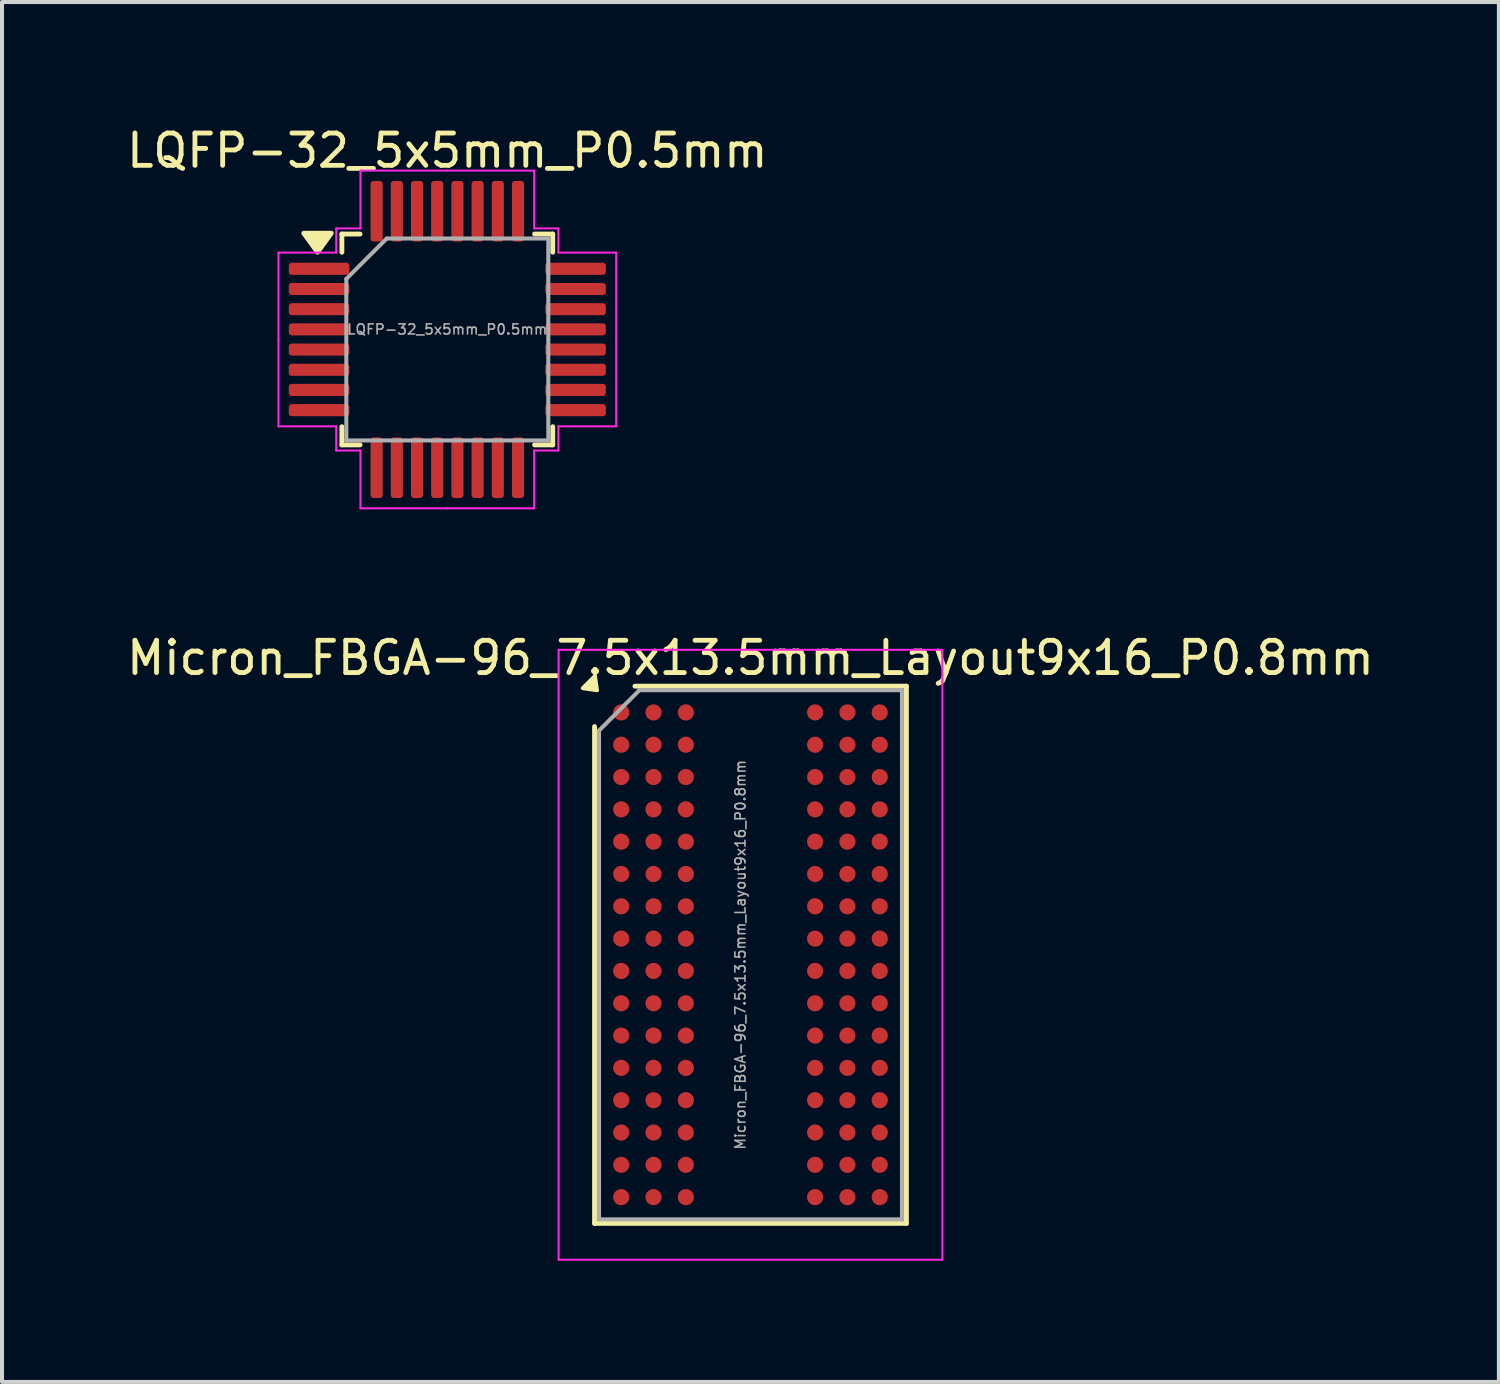
<source format=kicad_pcb>
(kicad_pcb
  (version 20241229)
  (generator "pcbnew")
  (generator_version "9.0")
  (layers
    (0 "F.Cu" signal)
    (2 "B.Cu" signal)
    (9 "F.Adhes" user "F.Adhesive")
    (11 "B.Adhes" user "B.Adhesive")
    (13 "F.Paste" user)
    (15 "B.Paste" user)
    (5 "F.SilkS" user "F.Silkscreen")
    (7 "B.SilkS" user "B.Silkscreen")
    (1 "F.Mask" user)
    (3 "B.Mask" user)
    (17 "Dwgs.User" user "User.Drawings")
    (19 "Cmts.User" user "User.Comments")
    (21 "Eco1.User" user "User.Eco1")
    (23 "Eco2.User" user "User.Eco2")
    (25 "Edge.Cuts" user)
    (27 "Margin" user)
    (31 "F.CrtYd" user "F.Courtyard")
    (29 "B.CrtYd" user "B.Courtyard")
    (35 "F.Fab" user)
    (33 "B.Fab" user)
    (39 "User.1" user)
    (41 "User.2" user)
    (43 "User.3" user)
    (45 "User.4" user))
  (footprint "LQFP-32_5x5mm_P0.5mm"
    (layer "F.Cu")
    (at 8.024 5.354)
    (property "Reference" "LQFP-32_5x5mm_P0.5mm" (at 0 -4.675 0) (layer "F.SilkS") (effects (font (size 0.8 0.8) (thickness 0.12))))
    (attr smd)
    (fp_line (start -2.61 -2.61) (end -2.61 -2.16) (stroke (width 0.12) (type solid)) (layer "F.SilkS"))
    (fp_line (start -2.61 2.61) (end -2.61 2.16) (stroke (width 0.12) (type solid)) (layer "F.SilkS"))
    (fp_line (start -2.16 -2.61) (end -2.61 -2.61) (stroke (width 0.12) (type solid)) (layer "F.SilkS"))
    (fp_line (start -2.16 2.61) (end -2.61 2.61) (stroke (width 0.12) (type solid)) (layer "F.SilkS"))
    (fp_line (start 2.16 -2.61) (end 2.61 -2.61) (stroke (width 0.12) (type solid)) (layer "F.SilkS"))
    (fp_line (start 2.16 2.61) (end 2.61 2.61) (stroke (width 0.12) (type solid)) (layer "F.SilkS"))
    (fp_line (start 2.61 -2.61) (end 2.61 -2.16) (stroke (width 0.12) (type solid)) (layer "F.SilkS"))
    (fp_line (start 2.61 2.61) (end 2.61 2.16) (stroke (width 0.12) (type solid)) (layer "F.SilkS"))
    (fp_poly (pts (xy -3.212 -2.16) (xy -3.553 -2.63) (xy -2.873 -2.63) (xy -3.212 -2.16)) (stroke (width 0.12) (type solid)) (fill yes) (layer "F.SilkS"))
    (fp_line (start -4.18 -2.15) (end -4.18 0) (stroke (width 0.05) (type solid)) (layer "F.CrtYd"))
    (fp_line (start -4.18 2.15) (end -4.18 0) (stroke (width 0.05) (type solid)) (layer "F.CrtYd"))
    (fp_line (start -2.75 -2.75) (end -2.75 -2.15) (stroke (width 0.05) (type solid)) (layer "F.CrtYd"))
    (fp_line (start -2.75 -2.15) (end -4.18 -2.15) (stroke (width 0.05) (type solid)) (layer "F.CrtYd"))
    (fp_line (start -2.75 2.15) (end -4.18 2.15) (stroke (width 0.05) (type solid)) (layer "F.CrtYd"))
    (fp_line (start -2.75 2.75) (end -2.75 2.15) (stroke (width 0.05) (type solid)) (layer "F.CrtYd"))
    (fp_line (start -2.15 -4.18) (end -2.15 -2.75) (stroke (width 0.05) (type solid)) (layer "F.CrtYd"))
    (fp_line (start -2.15 -2.75) (end -2.75 -2.75) (stroke (width 0.05) (type solid)) (layer "F.CrtYd"))
    (fp_line (start -2.15 2.75) (end -2.75 2.75) (stroke (width 0.05) (type solid)) (layer "F.CrtYd"))
    (fp_line (start -2.15 4.18) (end -2.15 2.75) (stroke (width 0.05) (type solid)) (layer "F.CrtYd"))
    (fp_line (start 0 -4.18) (end -2.15 -4.18) (stroke (width 0.05) (type solid)) (layer "F.CrtYd"))
    (fp_line (start 0 -4.18) (end 2.15 -4.18) (stroke (width 0.05) (type solid)) (layer "F.CrtYd"))
    (fp_line (start 0 4.18) (end -2.15 4.18) (stroke (width 0.05) (type solid)) (layer "F.CrtYd"))
    (fp_line (start 0 4.18) (end 2.15 4.18) (stroke (width 0.05) (type solid)) (layer "F.CrtYd"))
    (fp_line (start 2.15 -4.18) (end 2.15 -2.75) (stroke (width 0.05) (type solid)) (layer "F.CrtYd"))
    (fp_line (start 2.15 -2.75) (end 2.75 -2.75) (stroke (width 0.05) (type solid)) (layer "F.CrtYd"))
    (fp_line (start 2.15 2.75) (end 2.75 2.75) (stroke (width 0.05) (type solid)) (layer "F.CrtYd"))
    (fp_line (start 2.15 4.18) (end 2.15 2.75) (stroke (width 0.05) (type solid)) (layer "F.CrtYd"))
    (fp_line (start 2.75 -2.75) (end 2.75 -2.15) (stroke (width 0.05) (type solid)) (layer "F.CrtYd"))
    (fp_line (start 2.75 -2.15) (end 4.18 -2.15) (stroke (width 0.05) (type solid)) (layer "F.CrtYd"))
    (fp_line (start 2.75 2.15) (end 4.18 2.15) (stroke (width 0.05) (type solid)) (layer "F.CrtYd"))
    (fp_line (start 2.75 2.75) (end 2.75 2.15) (stroke (width 0.05) (type solid)) (layer "F.CrtYd"))
    (fp_line (start 4.18 -2.15) (end 4.18 0) (stroke (width 0.05) (type solid)) (layer "F.CrtYd"))
    (fp_line (start 4.18 2.15) (end 4.18 0) (stroke (width 0.05) (type solid)) (layer "F.CrtYd"))
    (fp_line (start -2.5 -1.5) (end -1.5 -2.5) (stroke (width 0.1) (type solid)) (layer "F.Fab"))
    (fp_line (start -2.5 2.5) (end -2.5 -1.5) (stroke (width 0.1) (type solid)) (layer "F.Fab"))
    (fp_line (start -1.5 -2.5) (end 2.5 -2.5) (stroke (width 0.1) (type solid)) (layer "F.Fab"))
    (fp_line (start 2.5 -2.5) (end 2.5 2.5) (stroke (width 0.1) (type solid)) (layer "F.Fab"))
    (fp_line (start 2.5 2.5) (end -2.5 2.5) (stroke (width 0.1) (type solid)) (layer "F.Fab"))
    (fp_text user "${REFERENCE}" (at 0 -0.25 0) (layer "F.Fab") (effects (font (size 0.25 0.25) (thickness 0.04))))
    (pad "1" smd roundrect (at -3.175 -1.75) (size 1.5 0.3) (layers "F.Cu" "F.Mask" "F.Paste") (roundrect_rratio 0.25))
    (pad "2" smd roundrect (at -3.175 -1.25) (size 1.5 0.3) (layers "F.Cu" "F.Mask" "F.Paste") (roundrect_rratio 0.25))
    (pad "3" smd roundrect (at -3.175 -0.75) (size 1.5 0.3) (layers "F.Cu" "F.Mask" "F.Paste") (roundrect_rratio 0.25))
    (pad "4" smd roundrect (at -3.175 -0.25) (size 1.5 0.3) (layers "F.Cu" "F.Mask" "F.Paste") (roundrect_rratio 0.25))
    (pad "5" smd roundrect (at -3.175 0.25) (size 1.5 0.3) (layers "F.Cu" "F.Mask" "F.Paste") (roundrect_rratio 0.25))
    (pad "6" smd roundrect (at -3.175 0.75) (size 1.5 0.3) (layers "F.Cu" "F.Mask" "F.Paste") (roundrect_rratio 0.25))
    (pad "7" smd roundrect (at -3.175 1.25) (size 1.5 0.3) (layers "F.Cu" "F.Mask" "F.Paste") (roundrect_rratio 0.25))
    (pad "8" smd roundrect (at -3.175 1.75) (size 1.5 0.3) (layers "F.Cu" "F.Mask" "F.Paste") (roundrect_rratio 0.25))
    (pad "9" smd roundrect (at -1.75 3.175) (size 0.3 1.5) (layers "F.Cu" "F.Mask" "F.Paste") (roundrect_rratio 0.25))
    (pad "10" smd roundrect (at -1.25 3.175) (size 0.3 1.5) (layers "F.Cu" "F.Mask" "F.Paste") (roundrect_rratio 0.25))
    (pad "11" smd roundrect (at -0.75 3.175) (size 0.3 1.5) (layers "F.Cu" "F.Mask" "F.Paste") (roundrect_rratio 0.25))
    (pad "12" smd roundrect (at -0.25 3.175) (size 0.3 1.5) (layers "F.Cu" "F.Mask" "F.Paste") (roundrect_rratio 0.25))
    (pad "13" smd roundrect (at 0.25 3.175) (size 0.3 1.5) (layers "F.Cu" "F.Mask" "F.Paste") (roundrect_rratio 0.25))
    (pad "14" smd roundrect (at 0.75 3.175) (size 0.3 1.5) (layers "F.Cu" "F.Mask" "F.Paste") (roundrect_rratio 0.25))
    (pad "15" smd roundrect (at 1.25 3.175) (size 0.3 1.5) (layers "F.Cu" "F.Mask" "F.Paste") (roundrect_rratio 0.25))
    (pad "16" smd roundrect (at 1.75 3.175) (size 0.3 1.5) (layers "F.Cu" "F.Mask" "F.Paste") (roundrect_rratio 0.25))
    (pad "17" smd roundrect (at 3.175 1.75) (size 1.5 0.3) (layers "F.Cu" "F.Mask" "F.Paste") (roundrect_rratio 0.25))
    (pad "18" smd roundrect (at 3.175 1.25) (size 1.5 0.3) (layers "F.Cu" "F.Mask" "F.Paste") (roundrect_rratio 0.25))
    (pad "19" smd roundrect (at 3.175 0.75) (size 1.5 0.3) (layers "F.Cu" "F.Mask" "F.Paste") (roundrect_rratio 0.25))
    (pad "20" smd roundrect (at 3.175 0.25) (size 1.5 0.3) (layers "F.Cu" "F.Mask" "F.Paste") (roundrect_rratio 0.25))
    (pad "21" smd roundrect (at 3.175 -0.25) (size 1.5 0.3) (layers "F.Cu" "F.Mask" "F.Paste") (roundrect_rratio 0.25))
    (pad "22" smd roundrect (at 3.175 -0.75) (size 1.5 0.3) (layers "F.Cu" "F.Mask" "F.Paste") (roundrect_rratio 0.25))
    (pad "23" smd roundrect (at 3.175 -1.25) (size 1.5 0.3) (layers "F.Cu" "F.Mask" "F.Paste") (roundrect_rratio 0.25))
    (pad "24" smd roundrect (at 3.175 -1.75) (size 1.5 0.3) (layers "F.Cu" "F.Mask" "F.Paste") (roundrect_rratio 0.25))
    (pad "25" smd roundrect (at 1.75 -3.175) (size 0.3 1.5) (layers "F.Cu" "F.Mask" "F.Paste") (roundrect_rratio 0.25))
    (pad "26" smd roundrect (at 1.25 -3.175) (size 0.3 1.5) (layers "F.Cu" "F.Mask" "F.Paste") (roundrect_rratio 0.25))
    (pad "27" smd roundrect (at 0.75 -3.175) (size 0.3 1.5) (layers "F.Cu" "F.Mask" "F.Paste") (roundrect_rratio 0.25))
    (pad "28" smd roundrect (at 0.25 -3.175) (size 0.3 1.5) (layers "F.Cu" "F.Mask" "F.Paste") (roundrect_rratio 0.25))
    (pad "29" smd roundrect (at -0.25 -3.175) (size 0.3 1.5) (layers "F.Cu" "F.Mask" "F.Paste") (roundrect_rratio 0.25))
    (pad "30" smd roundrect (at -0.75 -3.175) (size 0.3 1.5) (layers "F.Cu" "F.Mask" "F.Paste") (roundrect_rratio 0.25))
    (pad "31" smd roundrect (at -1.25 -3.175) (size 0.3 1.5) (layers "F.Cu" "F.Mask" "F.Paste") (roundrect_rratio 0.25))
    (pad "32" smd roundrect (at -1.75 -3.175) (size 0.3 1.5) (layers "F.Cu" "F.Mask" "F.Paste") (roundrect_rratio 0.25)))
  (footprint "Micron_FBGA-96_7.5x13.5mm_Layout9x16_P0.8mm"
    (layer "F.Cu")
    (at 15.529 20.587)
    (property "Reference" "Micron_FBGA-96_7.5x13.5mm_Layout9x16_P0.8mm" (at 0 -7.35 0) (layer "F.SilkS") (effects (font (size 0.8 0.8) (thickness 0.12))))
    (attr smd)
    (fp_line (start -3.86 6.65) (end -3.86 -5.65) (stroke (width 0.12) (type solid)) (layer "F.SilkS"))
    (fp_line (start -2.86 -6.65) (end 3.86 -6.65) (stroke (width 0.12) (type solid)) (layer "F.SilkS"))
    (fp_line (start 3.86 -6.65) (end 3.86 6.65) (stroke (width 0.12) (type solid)) (layer "F.SilkS"))
    (fp_line (start 3.86 6.65) (end -3.86 6.65) (stroke (width 0.12) (type solid)) (layer "F.SilkS"))
    (fp_poly (pts (xy -4.15 -6.6) (xy -3.85 -6.9) (xy -3.8 -6.55)) (stroke (width 0.1) (type solid)) (fill yes) (layer "F.SilkS"))
    (fp_line (start -4.75 -7.55) (end -4.75 7.55) (stroke (width 0.05) (type solid)) (layer "F.CrtYd"))
    (fp_line (start -4.75 7.55) (end 4.75 7.55) (stroke (width 0.05) (type solid)) (layer "F.CrtYd"))
    (fp_line (start 4.75 -7.55) (end -4.75 -7.55) (stroke (width 0.05) (type solid)) (layer "F.CrtYd"))
    (fp_line (start 4.75 7.55) (end 4.75 -7.55) (stroke (width 0.05) (type solid)) (layer "F.CrtYd"))
    (fp_line (start -3.75 -5.55) (end -2.75 -6.55) (stroke (width 0.1) (type solid)) (layer "F.Fab"))
    (fp_line (start -3.75 6.55) (end -3.75 -5.55) (stroke (width 0.1) (type solid)) (layer "F.Fab"))
    (fp_line (start -2.75 -6.55) (end 3.75 -6.55) (stroke (width 0.1) (type solid)) (layer "F.Fab"))
    (fp_line (start 3.75 -6.55) (end 3.75 6.55) (stroke (width 0.1) (type solid)) (layer "F.Fab"))
    (fp_line (start 3.75 6.55) (end -3.75 6.55) (stroke (width 0.1) (type solid)) (layer "F.Fab"))
    (fp_text user "${REFERENCE}" (at -0.25 0 90) (layer "F.Fab") (effects (font (size 0.25 0.25) (thickness 0.04))))
    (pad "A1" smd circle (at -3.2 -6) (size 0.4 0.4) (layers "F.Cu" "F.Mask" "F.Paste"))
    (pad "A2" smd circle (at -2.4 -6) (size 0.4 0.4) (layers "F.Cu" "F.Mask" "F.Paste"))
    (pad "A3" smd circle (at -1.6 -6) (size 0.4 0.4) (layers "F.Cu" "F.Mask" "F.Paste"))
    (pad "A7" smd circle (at 1.6 -6) (size 0.4 0.4) (layers "F.Cu" "F.Mask" "F.Paste"))
    (pad "A8" smd circle (at 2.4 -6) (size 0.4 0.4) (layers "F.Cu" "F.Mask" "F.Paste"))
    (pad "A9" smd circle (at 3.2 -6) (size 0.4 0.4) (layers "F.Cu" "F.Mask" "F.Paste"))
    (pad "B1" smd circle (at -3.2 -5.2) (size 0.4 0.4) (layers "F.Cu" "F.Mask" "F.Paste"))
    (pad "B2" smd circle (at -2.4 -5.2) (size 0.4 0.4) (layers "F.Cu" "F.Mask" "F.Paste"))
    (pad "B3" smd circle (at -1.6 -5.2) (size 0.4 0.4) (layers "F.Cu" "F.Mask" "F.Paste"))
    (pad "B7" smd circle (at 1.6 -5.2) (size 0.4 0.4) (layers "F.Cu" "F.Mask" "F.Paste"))
    (pad "B8" smd circle (at 2.4 -5.2) (size 0.4 0.4) (layers "F.Cu" "F.Mask" "F.Paste"))
    (pad "B9" smd circle (at 3.2 -5.2) (size 0.4 0.4) (layers "F.Cu" "F.Mask" "F.Paste"))
    (pad "C1" smd circle (at -3.2 -4.4) (size 0.4 0.4) (layers "F.Cu" "F.Mask" "F.Paste"))
    (pad "C2" smd circle (at -2.4 -4.4) (size 0.4 0.4) (layers "F.Cu" "F.Mask" "F.Paste"))
    (pad "C3" smd circle (at -1.6 -4.4) (size 0.4 0.4) (layers "F.Cu" "F.Mask" "F.Paste"))
    (pad "C7" smd circle (at 1.6 -4.4) (size 0.4 0.4) (layers "F.Cu" "F.Mask" "F.Paste"))
    (pad "C8" smd circle (at 2.4 -4.4) (size 0.4 0.4) (layers "F.Cu" "F.Mask" "F.Paste"))
    (pad "C9" smd circle (at 3.2 -4.4) (size 0.4 0.4) (layers "F.Cu" "F.Mask" "F.Paste"))
    (pad "D1" smd circle (at -3.2 -3.6) (size 0.4 0.4) (layers "F.Cu" "F.Mask" "F.Paste"))
    (pad "D2" smd circle (at -2.4 -3.6) (size 0.4 0.4) (layers "F.Cu" "F.Mask" "F.Paste"))
    (pad "D3" smd circle (at -1.6 -3.6) (size 0.4 0.4) (layers "F.Cu" "F.Mask" "F.Paste"))
    (pad "D7" smd circle (at 1.6 -3.6) (size 0.4 0.4) (layers "F.Cu" "F.Mask" "F.Paste"))
    (pad "D8" smd circle (at 2.4 -3.6) (size 0.4 0.4) (layers "F.Cu" "F.Mask" "F.Paste"))
    (pad "D9" smd circle (at 3.2 -3.6) (size 0.4 0.4) (layers "F.Cu" "F.Mask" "F.Paste"))
    (pad "E1" smd circle (at -3.2 -2.8) (size 0.4 0.4) (layers "F.Cu" "F.Mask" "F.Paste"))
    (pad "E2" smd circle (at -2.4 -2.8) (size 0.4 0.4) (layers "F.Cu" "F.Mask" "F.Paste"))
    (pad "E3" smd circle (at -1.6 -2.8) (size 0.4 0.4) (layers "F.Cu" "F.Mask" "F.Paste"))
    (pad "E7" smd circle (at 1.6 -2.8) (size 0.4 0.4) (layers "F.Cu" "F.Mask" "F.Paste"))
    (pad "E8" smd circle (at 2.4 -2.8) (size 0.4 0.4) (layers "F.Cu" "F.Mask" "F.Paste"))
    (pad "E9" smd circle (at 3.2 -2.8) (size 0.4 0.4) (layers "F.Cu" "F.Mask" "F.Paste"))
    (pad "F1" smd circle (at -3.2 -2) (size 0.4 0.4) (layers "F.Cu" "F.Mask" "F.Paste"))
    (pad "F2" smd circle (at -2.4 -2) (size 0.4 0.4) (layers "F.Cu" "F.Mask" "F.Paste"))
    (pad "F3" smd circle (at -1.6 -2) (size 0.4 0.4) (layers "F.Cu" "F.Mask" "F.Paste"))
    (pad "F7" smd circle (at 1.6 -2) (size 0.4 0.4) (layers "F.Cu" "F.Mask" "F.Paste"))
    (pad "F8" smd circle (at 2.4 -2) (size 0.4 0.4) (layers "F.Cu" "F.Mask" "F.Paste"))
    (pad "F9" smd circle (at 3.2 -2) (size 0.4 0.4) (layers "F.Cu" "F.Mask" "F.Paste"))
    (pad "G1" smd circle (at -3.2 -1.2) (size 0.4 0.4) (layers "F.Cu" "F.Mask" "F.Paste"))
    (pad "G2" smd circle (at -2.4 -1.2) (size 0.4 0.4) (layers "F.Cu" "F.Mask" "F.Paste"))
    (pad "G3" smd circle (at -1.6 -1.2) (size 0.4 0.4) (layers "F.Cu" "F.Mask" "F.Paste"))
    (pad "G7" smd circle (at 1.6 -1.2) (size 0.4 0.4) (layers "F.Cu" "F.Mask" "F.Paste"))
    (pad "G8" smd circle (at 2.4 -1.2) (size 0.4 0.4) (layers "F.Cu" "F.Mask" "F.Paste"))
    (pad "G9" smd circle (at 3.2 -1.2) (size 0.4 0.4) (layers "F.Cu" "F.Mask" "F.Paste"))
    (pad "H1" smd circle (at -3.2 -0.4) (size 0.4 0.4) (layers "F.Cu" "F.Mask" "F.Paste"))
    (pad "H2" smd circle (at -2.4 -0.4) (size 0.4 0.4) (layers "F.Cu" "F.Mask" "F.Paste"))
    (pad "H3" smd circle (at -1.6 -0.4) (size 0.4 0.4) (layers "F.Cu" "F.Mask" "F.Paste"))
    (pad "H7" smd circle (at 1.6 -0.4) (size 0.4 0.4) (layers "F.Cu" "F.Mask" "F.Paste"))
    (pad "H8" smd circle (at 2.4 -0.4) (size 0.4 0.4) (layers "F.Cu" "F.Mask" "F.Paste"))
    (pad "H9" smd circle (at 3.2 -0.4) (size 0.4 0.4) (layers "F.Cu" "F.Mask" "F.Paste"))
    (pad "J1" smd circle (at -3.2 0.4) (size 0.4 0.4) (layers "F.Cu" "F.Mask" "F.Paste"))
    (pad "J2" smd circle (at -2.4 0.4) (size 0.4 0.4) (layers "F.Cu" "F.Mask" "F.Paste"))
    (pad "J3" smd circle (at -1.6 0.4) (size 0.4 0.4) (layers "F.Cu" "F.Mask" "F.Paste"))
    (pad "J7" smd circle (at 1.6 0.4) (size 0.4 0.4) (layers "F.Cu" "F.Mask" "F.Paste"))
    (pad "J8" smd circle (at 2.4 0.4) (size 0.4 0.4) (layers "F.Cu" "F.Mask" "F.Paste"))
    (pad "J9" smd circle (at 3.2 0.4) (size 0.4 0.4) (layers "F.Cu" "F.Mask" "F.Paste"))
    (pad "K1" smd circle (at -3.2 1.2) (size 0.4 0.4) (layers "F.Cu" "F.Mask" "F.Paste"))
    (pad "K2" smd circle (at -2.4 1.2) (size 0.4 0.4) (layers "F.Cu" "F.Mask" "F.Paste"))
    (pad "K3" smd circle (at -1.6 1.2) (size 0.4 0.4) (layers "F.Cu" "F.Mask" "F.Paste"))
    (pad "K7" smd circle (at 1.6 1.2) (size 0.4 0.4) (layers "F.Cu" "F.Mask" "F.Paste"))
    (pad "K8" smd circle (at 2.4 1.2) (size 0.4 0.4) (layers "F.Cu" "F.Mask" "F.Paste"))
    (pad "K9" smd circle (at 3.2 1.2) (size 0.4 0.4) (layers "F.Cu" "F.Mask" "F.Paste"))
    (pad "L1" smd circle (at -3.2 2) (size 0.4 0.4) (layers "F.Cu" "F.Mask" "F.Paste"))
    (pad "L2" smd circle (at -2.4 2) (size 0.4 0.4) (layers "F.Cu" "F.Mask" "F.Paste"))
    (pad "L3" smd circle (at -1.6 2) (size 0.4 0.4) (layers "F.Cu" "F.Mask" "F.Paste"))
    (pad "L7" smd circle (at 1.6 2) (size 0.4 0.4) (layers "F.Cu" "F.Mask" "F.Paste"))
    (pad "L8" smd circle (at 2.4 2) (size 0.4 0.4) (layers "F.Cu" "F.Mask" "F.Paste"))
    (pad "L9" smd circle (at 3.2 2) (size 0.4 0.4) (layers "F.Cu" "F.Mask" "F.Paste"))
    (pad "M1" smd circle (at -3.2 2.8) (size 0.4 0.4) (layers "F.Cu" "F.Mask" "F.Paste"))
    (pad "M2" smd circle (at -2.4 2.8) (size 0.4 0.4) (layers "F.Cu" "F.Mask" "F.Paste"))
    (pad "M3" smd circle (at -1.6 2.8) (size 0.4 0.4) (layers "F.Cu" "F.Mask" "F.Paste"))
    (pad "M7" smd circle (at 1.6 2.8) (size 0.4 0.4) (layers "F.Cu" "F.Mask" "F.Paste"))
    (pad "M8" smd circle (at 2.4 2.8) (size 0.4 0.4) (layers "F.Cu" "F.Mask" "F.Paste"))
    (pad "M9" smd circle (at 3.2 2.8) (size 0.4 0.4) (layers "F.Cu" "F.Mask" "F.Paste"))
    (pad "N1" smd circle (at -3.2 3.6) (size 0.4 0.4) (layers "F.Cu" "F.Mask" "F.Paste"))
    (pad "N2" smd circle (at -2.4 3.6) (size 0.4 0.4) (layers "F.Cu" "F.Mask" "F.Paste"))
    (pad "N3" smd circle (at -1.6 3.6) (size 0.4 0.4) (layers "F.Cu" "F.Mask" "F.Paste"))
    (pad "N7" smd circle (at 1.6 3.6) (size 0.4 0.4) (layers "F.Cu" "F.Mask" "F.Paste"))
    (pad "N8" smd circle (at 2.4 3.6) (size 0.4 0.4) (layers "F.Cu" "F.Mask" "F.Paste"))
    (pad "N9" smd circle (at 3.2 3.6) (size 0.4 0.4) (layers "F.Cu" "F.Mask" "F.Paste"))
    (pad "P1" smd circle (at -3.2 4.4) (size 0.4 0.4) (layers "F.Cu" "F.Mask" "F.Paste"))
    (pad "P2" smd circle (at -2.4 4.4) (size 0.4 0.4) (layers "F.Cu" "F.Mask" "F.Paste"))
    (pad "P3" smd circle (at -1.6 4.4) (size 0.4 0.4) (layers "F.Cu" "F.Mask" "F.Paste"))
    (pad "P7" smd circle (at 1.6 4.4) (size 0.4 0.4) (layers "F.Cu" "F.Mask" "F.Paste"))
    (pad "P8" smd circle (at 2.4 4.4) (size 0.4 0.4) (layers "F.Cu" "F.Mask" "F.Paste"))
    (pad "P9" smd circle (at 3.2 4.4) (size 0.4 0.4) (layers "F.Cu" "F.Mask" "F.Paste"))
    (pad "R1" smd circle (at -3.2 5.2) (size 0.4 0.4) (layers "F.Cu" "F.Mask" "F.Paste"))
    (pad "R2" smd circle (at -2.4 5.2) (size 0.4 0.4) (layers "F.Cu" "F.Mask" "F.Paste"))
    (pad "R3" smd circle (at -1.6 5.2) (size 0.4 0.4) (layers "F.Cu" "F.Mask" "F.Paste"))
    (pad "R7" smd circle (at 1.6 5.2) (size 0.4 0.4) (layers "F.Cu" "F.Mask" "F.Paste"))
    (pad "R8" smd circle (at 2.4 5.2) (size 0.4 0.4) (layers "F.Cu" "F.Mask" "F.Paste"))
    (pad "R9" smd circle (at 3.2 5.2) (size 0.4 0.4) (layers "F.Cu" "F.Mask" "F.Paste"))
    (pad "T1" smd circle (at -3.2 6) (size 0.4 0.4) (layers "F.Cu" "F.Mask" "F.Paste"))
    (pad "T2" smd circle (at -2.4 6) (size 0.4 0.4) (layers "F.Cu" "F.Mask" "F.Paste"))
    (pad "T3" smd circle (at -1.6 6) (size 0.4 0.4) (layers "F.Cu" "F.Mask" "F.Paste"))
    (pad "T7" smd circle (at 1.6 6) (size 0.4 0.4) (layers "F.Cu" "F.Mask" "F.Paste"))
    (pad "T8" smd circle (at 2.4 6) (size 0.4 0.4) (layers "F.Cu" "F.Mask" "F.Paste"))
    (pad "T9" smd circle (at 3.2 6) (size 0.4 0.4) (layers "F.Cu" "F.Mask" "F.Paste")))
  (gr_rect
    (start -3 -3)
    (end 34.057 31.162)
    (stroke (width 0.1) (type default))
    (fill no)
    (layer "Edge.Cuts")))
</source>
